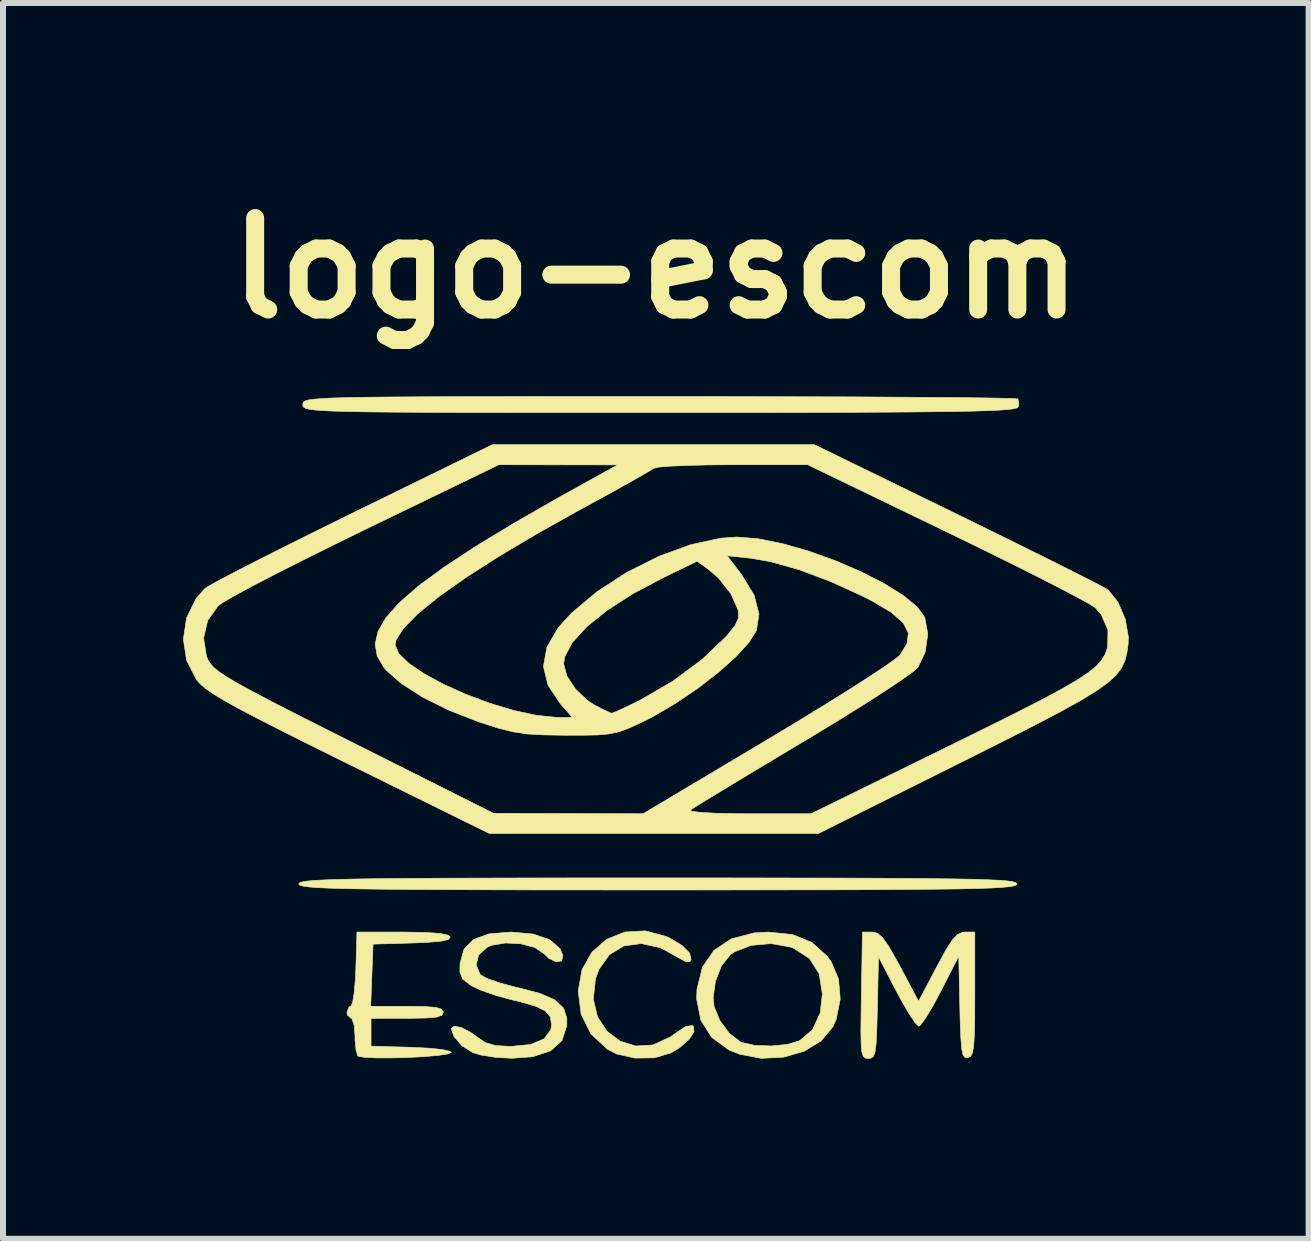
<source format=kicad_pcb>
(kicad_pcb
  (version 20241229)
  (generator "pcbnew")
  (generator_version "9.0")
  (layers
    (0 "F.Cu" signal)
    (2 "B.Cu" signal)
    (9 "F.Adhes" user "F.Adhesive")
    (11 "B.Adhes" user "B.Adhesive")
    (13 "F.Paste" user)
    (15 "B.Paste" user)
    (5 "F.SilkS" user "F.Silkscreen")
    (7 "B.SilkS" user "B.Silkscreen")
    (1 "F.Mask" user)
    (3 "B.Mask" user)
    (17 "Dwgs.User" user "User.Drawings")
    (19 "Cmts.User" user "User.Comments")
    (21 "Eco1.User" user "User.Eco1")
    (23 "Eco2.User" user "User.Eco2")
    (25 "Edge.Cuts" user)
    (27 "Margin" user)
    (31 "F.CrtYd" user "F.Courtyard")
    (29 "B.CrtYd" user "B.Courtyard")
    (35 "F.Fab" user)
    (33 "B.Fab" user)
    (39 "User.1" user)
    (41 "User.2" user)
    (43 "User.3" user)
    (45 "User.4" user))
  (footprint "logo-escom"
    (layer "F.Cu")
    (at 7.878 9.038)
    (property "Reference" "logo-escom" (at 0 -7.62 0) (layer "F.SilkS") (effects (font (size 1.524 1.524) (thickness 0.3))))
    (attr through_hole)
    (fp_poly (pts (xy 0.181 3.518) (xy 0.223 3.538) (xy 0.436 3.665) (xy 0.563 3.793) (xy 0.587 3.903) (xy 0.567 3.934) (xy 0.49 3.931) (xy 0.415 3.89) (xy 0.079 3.704) (xy -0.243 3.634) (xy -0.534 3.673) (xy -0.776 3.82) (xy -0.951 4.068) (xy -1.006 4.223) (xy -1.042 4.56) (xy -0.972 4.855) (xy -0.817 5.093) (xy -0.597 5.26) (xy -0.334 5.341) (xy -0.047 5.323) (xy 0.243 5.19) (xy 0.303 5.145) (xy 0.494 5.017) (xy 0.609 4.999) (xy 0.625 5.01) (xy 0.636 5.103) (xy 0.552 5.231) (xy 0.396 5.368) (xy 0.254 5.454) (xy -0.023 5.537) (xy -0.345 5.542) (xy -0.65 5.475) (xy -0.805 5.397) (xy -1.083 5.138) (xy -1.245 4.811) (xy -1.294 4.426) (xy -1.23 4.068) (xy -1.066 3.777) (xy -0.821 3.564) (xy -0.517 3.441) (xy -0.176 3.422) (xy 0.181 3.518)) (stroke (width 0.01) (type solid)) (fill yes) (layer "F.SilkS"))
    (fp_poly (pts (xy 2.279 3.484) (xy 2.6 3.615) (xy 2.854 3.845) (xy 2.924 3.94) (xy 3.044 4.226) (xy 3.072 4.56) (xy 3.006 4.892) (xy 2.953 5.014) (xy 2.756 5.254) (xy 2.471 5.427) (xy 2.128 5.527) (xy 1.758 5.546) (xy 1.393 5.477) (xy 1.217 5.406) (xy 0.93 5.196) (xy 0.749 4.909) (xy 0.679 4.556) (xy 0.68 4.539) (xy 0.955 4.539) (xy 0.97 4.681) (xy 1.066 4.918) (xy 1.227 5.133) (xy 1.412 5.274) (xy 1.43 5.282) (xy 1.648 5.33) (xy 1.924 5.34) (xy 2.195 5.313) (xy 2.395 5.253) (xy 2.611 5.068) (xy 2.739 4.788) (xy 2.774 4.473) (xy 2.721 4.138) (xy 2.561 3.884) (xy 2.297 3.712) (xy 2.233 3.689) (xy 1.915 3.634) (xy 1.589 3.664) (xy 1.308 3.772) (xy 1.243 3.817) (xy 1.094 4.003) (xy 0.992 4.263) (xy 0.955 4.539) (xy 0.68 4.539) (xy 0.685 4.395) (xy 0.776 4.028) (xy 0.969 3.747) (xy 1.258 3.555) (xy 1.638 3.456) (xy 1.872 3.442) (xy 2.279 3.484)) (stroke (width 0.01) (type solid)) (fill yes) (layer "F.SilkS"))
    (fp_poly (pts (xy -3.846 3.448) (xy -3.598 3.465) (xy -3.462 3.494) (xy -3.426 3.523) (xy -3.454 3.565) (xy -3.579 3.594) (xy -3.813 3.614) (xy -4.056 3.624) (xy -4.712 3.643) (xy -4.732 4.161) (xy -4.751 4.679) (xy -4.147 4.679) (xy -3.853 4.683) (xy -3.669 4.697) (xy -3.574 4.725) (xy -3.543 4.771) (xy -3.543 4.779) (xy -3.566 4.828) (xy -3.652 4.859) (xy -3.822 4.874) (xy -4.1 4.879) (xy -4.144 4.879) (xy -4.746 4.879) (xy -4.746 5.343) (xy -4.077 5.362) (xy -3.778 5.377) (xy -3.554 5.4) (xy -3.428 5.43) (xy -3.408 5.448) (xy -3.47 5.474) (xy -3.633 5.498) (xy -3.866 5.518) (xy -4.137 5.532) (xy -4.414 5.539) (xy -4.665 5.539) (xy -4.858 5.529) (xy -4.961 5.51) (xy -4.967 5.505) (xy -4.995 5.415) (xy -5.012 5.244) (xy -5.013 5.169) (xy -5.027 4.994) (xy -5.062 4.891) (xy -5.08 4.879) (xy -5.139 4.825) (xy -5.147 4.779) (xy -5.112 4.69) (xy -5.083 4.679) (xy -5.053 4.617) (xy -5.026 4.451) (xy -5.005 4.21) (xy -4.999 4.061) (xy -4.98 3.442) (xy -4.217 3.442) (xy -3.846 3.448)) (stroke (width 0.01) (type solid)) (fill yes) (layer "F.SilkS"))
    (fp_poly (pts (xy 3.689 3.461) (xy 3.775 3.532) (xy 3.877 3.675) (xy 4.013 3.912) (xy 4.071 4.019) (xy 4.377 4.596) (xy 4.681 4.019) (xy 4.83 3.746) (xy 4.939 3.574) (xy 5.028 3.481) (xy 5.111 3.445) (xy 5.149 3.442) (xy 5.314 3.442) (xy 5.314 4.478) (xy 5.313 4.873) (xy 5.307 5.155) (xy 5.295 5.343) (xy 5.275 5.455) (xy 5.245 5.513) (xy 5.201 5.534) (xy 5.199 5.535) (xy 5.151 5.532) (xy 5.118 5.488) (xy 5.095 5.382) (xy 5.081 5.194) (xy 5.07 4.904) (xy 5.065 4.7) (xy 5.047 3.843) (xy 4.748 4.428) (xy 4.614 4.677) (xy 4.496 4.873) (xy 4.41 4.99) (xy 4.38 5.012) (xy 4.322 4.956) (xy 4.221 4.806) (xy 4.094 4.588) (xy 4.011 4.433) (xy 3.71 3.855) (xy 3.691 4.701) (xy 3.682 5.051) (xy 3.671 5.288) (xy 3.653 5.435) (xy 3.625 5.513) (xy 3.583 5.543) (xy 3.539 5.548) (xy 3.489 5.542) (xy 3.454 5.511) (xy 3.431 5.436) (xy 3.42 5.298) (xy 3.416 5.077) (xy 3.42 4.753) (xy 3.424 4.495) (xy 3.442 3.442) (xy 3.603 3.442) (xy 3.689 3.461)) (stroke (width 0.01) (type solid)) (fill yes) (layer "F.SilkS"))
    (fp_poly (pts (xy 1.073 2.54) (xy 1.987 2.541) (xy 2.783 2.542) (xy 3.469 2.544) (xy 4.053 2.547) (xy 4.543 2.551) (xy 4.946 2.556) (xy 5.271 2.562) (xy 5.526 2.57) (xy 5.717 2.579) (xy 5.854 2.59) (xy 5.944 2.603) (xy 5.995 2.618) (xy 6.015 2.635) (xy 6.016 2.64) (xy 6.004 2.658) (xy 5.964 2.673) (xy 5.887 2.686) (xy 5.765 2.698) (xy 5.592 2.708) (xy 5.358 2.716) (xy 5.056 2.723) (xy 4.678 2.728) (xy 4.216 2.732) (xy 3.662 2.736) (xy 3.009 2.738) (xy 2.248 2.739) (xy 1.372 2.74) (xy 0.372 2.741) (xy 0.033 2.741) (xy -1.006 2.74) (xy -1.92 2.74) (xy -2.716 2.738) (xy -3.403 2.736) (xy -3.986 2.733) (xy -4.476 2.729) (xy -4.88 2.724) (xy -5.204 2.718) (xy -5.459 2.71) (xy -5.65 2.701) (xy -5.787 2.69) (xy -5.877 2.677) (xy -5.928 2.663) (xy -5.948 2.646) (xy -5.949 2.64) (xy -5.937 2.623) (xy -5.897 2.608) (xy -5.82 2.594) (xy -5.699 2.583) (xy -5.525 2.573) (xy -5.291 2.565) (xy -4.989 2.558) (xy -4.611 2.552) (xy -4.149 2.548) (xy -3.595 2.545) (xy -2.942 2.543) (xy -2.181 2.541) (xy -1.305 2.54) (xy -0.305 2.54) (xy 0.033 2.54) (xy 1.073 2.54)) (stroke (width 0.01) (type solid)) (fill yes) (layer "F.SilkS"))
    (fp_poly (pts (xy 0.935 -5.481) (xy 1.776 -5.479) (xy 2.569 -5.477) (xy 3.304 -5.475) (xy 3.972 -5.471) (xy 4.563 -5.467) (xy 5.068 -5.463) (xy 5.478 -5.458) (xy 5.781 -5.452) (xy 5.97 -5.447) (xy 6.033 -5.441) (xy 6.049 -5.352) (xy 6.037 -5.307) (xy 6.015 -5.291) (xy 5.957 -5.276) (xy 5.854 -5.264) (xy 5.7 -5.253) (xy 5.486 -5.244) (xy 5.205 -5.236) (xy 4.849 -5.23) (xy 4.411 -5.225) (xy 3.882 -5.221) (xy 3.255 -5.218) (xy 2.522 -5.216) (xy 1.675 -5.214) (xy 0.708 -5.214) (xy 0.06 -5.214) (xy -0.966 -5.214) (xy -1.867 -5.214) (xy -2.65 -5.215) (xy -3.324 -5.216) (xy -3.898 -5.218) (xy -4.378 -5.221) (xy -4.774 -5.225) (xy -5.094 -5.23) (xy -5.345 -5.237) (xy -5.536 -5.246) (xy -5.676 -5.256) (xy -5.771 -5.268) (xy -5.832 -5.283) (xy -5.865 -5.3) (xy -5.879 -5.32) (xy -5.882 -5.342) (xy -5.882 -5.347) (xy -5.88 -5.37) (xy -5.869 -5.391) (xy -5.841 -5.408) (xy -5.787 -5.424) (xy -5.699 -5.436) (xy -5.569 -5.447) (xy -5.389 -5.456) (xy -5.151 -5.463) (xy -4.846 -5.469) (xy -4.466 -5.473) (xy -4.004 -5.476) (xy -3.451 -5.479) (xy -2.798 -5.48) (xy -2.038 -5.481) (xy -1.162 -5.481) (xy -0.162 -5.481) (xy 0.056 -5.481) (xy 0.935 -5.481)) (stroke (width 0.01) (type solid)) (fill yes) (layer "F.SilkS"))
    (fp_poly (pts (xy -2.046 3.475) (xy -1.772 3.569) (xy -1.599 3.716) (xy -1.549 3.834) (xy -1.571 3.924) (xy -1.662 3.938) (xy -1.784 3.88) (xy -1.865 3.801) (xy -2.02 3.698) (xy -2.252 3.637) (xy -2.509 3.624) (xy -2.742 3.664) (xy -2.807 3.692) (xy -2.952 3.824) (xy -2.995 3.991) (xy -2.927 4.149) (xy -2.917 4.158) (xy -2.808 4.218) (xy -2.607 4.288) (xy -2.352 4.356) (xy -2.287 4.371) (xy -1.925 4.466) (xy -1.681 4.574) (xy -1.539 4.708) (xy -1.483 4.881) (xy -1.484 5) (xy -1.563 5.248) (xy -1.754 5.421) (xy -2.054 5.52) (xy -2.399 5.545) (xy -2.667 5.53) (xy -2.911 5.492) (xy -3.053 5.45) (xy -3.232 5.335) (xy -3.364 5.182) (xy -3.409 5.051) (xy -3.361 5.009) (xy -3.241 5.033) (xy -3.088 5.112) (xy -2.996 5.18) (xy -2.843 5.284) (xy -2.669 5.334) (xy -2.419 5.347) (xy -2.416 5.347) (xy -2.085 5.315) (xy -1.861 5.221) (xy -1.749 5.068) (xy -1.738 4.984) (xy -1.759 4.855) (xy -1.838 4.759) (xy -1.997 4.68) (xy -2.258 4.604) (xy -2.387 4.574) (xy -2.657 4.501) (xy -2.906 4.415) (xy -3.07 4.338) (xy -3.213 4.231) (xy -3.265 4.111) (xy -3.263 3.966) (xy -3.197 3.728) (xy -3.041 3.566) (xy -2.784 3.473) (xy -2.416 3.442) (xy -2.406 3.442) (xy -2.046 3.475)) (stroke (width 0.01) (type solid)) (fill yes) (layer "F.SilkS"))
    (fp_poly (pts (xy 2.64 -4.679) (xy 5.042 -3.508) (xy 5.57 -3.249) (xy 6.063 -3.006) (xy 6.507 -2.786) (xy 6.889 -2.595) (xy 7.194 -2.441) (xy 7.411 -2.329) (xy 7.524 -2.267) (xy 7.536 -2.259) (xy 7.701 -2.053) (xy 7.821 -1.772) (xy 7.873 -1.476) (xy 7.869 -1.353) (xy 7.848 -1.207) (xy 7.815 -1.077) (xy 7.758 -0.957) (xy 7.668 -0.838) (xy 7.532 -0.715) (xy 7.342 -0.578) (xy 7.087 -0.422) (xy 6.755 -0.237) (xy 6.337 -0.018) (xy 5.822 0.244) (xy 5.199 0.557) (xy 5.08 0.616) (xy 2.707 1.8) (xy -0.033 1.8) (xy -2.774 1.8) (xy -5.119 0.643) (xy -5.728 0.342) (xy -6.228 0.091) (xy -6.631 -0.114) (xy -6.949 -0.281) (xy -7.192 -0.416) (xy -7.373 -0.526) (xy -7.502 -0.616) (xy -7.593 -0.694) (xy -7.652 -0.761) (xy -7.818 -1.082) (xy -7.873 -1.437) (xy -7.87 -1.456) (xy -7.536 -1.456) (xy -7.488 -1.154) (xy -7.463 -1.096) (xy -7.427 -1.034) (xy -7.371 -0.971) (xy -7.283 -0.898) (xy -7.153 -0.811) (xy -6.968 -0.701) (xy -6.717 -0.564) (xy -6.389 -0.392) (xy -5.972 -0.178) (xy -5.454 0.084) (xy -5.031 0.296) (xy -2.707 1.463) (xy -1.46 1.467) (xy -0.213 1.471) (xy 1.859 0.236) (xy 2.342 -0.054) (xy 2.793 -0.33) (xy 3.198 -0.583) (xy 3.542 -0.803) (xy 3.813 -0.982) (xy 3.994 -1.111) (xy 4.071 -1.176) (xy 4.187 -1.368) (xy 4.207 -1.542) (xy 4.123 -1.708) (xy 3.929 -1.88) (xy 3.615 -2.068) (xy 3.442 -2.157) (xy 2.909 -2.4) (xy 2.391 -2.594) (xy 1.921 -2.728) (xy 1.587 -2.786) (xy 1.188 -2.828) (xy 1.427 -2.515) (xy 1.637 -2.172) (xy 1.718 -1.858) (xy 1.676 -1.585) (xy 1.555 -1.388) (xy 1.337 -1.149) (xy 1.045 -0.888) (xy 0.701 -0.621) (xy 0.327 -0.368) (xy -0.052 -0.146) (xy -0.241 -0.051) (xy -0.444 0.042) (xy -0.61 0.104) (xy -0.776 0.14) (xy -0.978 0.158) (xy -1.252 0.163) (xy -1.504 0.163) (xy -1.868 0.157) (xy -2.145 0.141) (xy -2.38 0.106) (xy -2.62 0.046) (xy -2.911 -0.047) (xy -2.963 -0.065) (xy -3.445 -0.253) (xy -3.878 -0.468) (xy -4.236 -0.696) (xy -4.493 -0.921) (xy -4.533 -0.969) (xy -4.643 -1.157) (xy -4.675 -1.343) (xy -4.345 -1.343) (xy -4.283 -1.197) (xy -4.112 -1.032) (xy -3.853 -0.857) (xy -3.528 -0.682) (xy -3.158 -0.516) (xy -2.763 -0.369) (xy -2.367 -0.25) (xy -1.989 -0.169) (xy -1.652 -0.135) (xy -1.614 -0.134) (xy -1.39 -0.134) (xy -1.591 -0.363) (xy -1.798 -0.673) (xy -1.873 -0.985) (xy -1.865 -1.028) (xy -1.537 -1.028) (xy -1.482 -0.823) (xy -1.338 -0.604) (xy -1.137 -0.414) (xy -1.022 -0.34) (xy -0.859 -0.257) (xy -0.752 -0.209) (xy -0.735 -0.204) (xy -0.664 -0.23) (xy -0.505 -0.303) (xy -0.29 -0.408) (xy -0.245 -0.431) (xy 0.281 -0.737) (xy 0.769 -1.099) (xy 1.173 -1.482) (xy 1.174 -1.484) (xy 1.319 -1.663) (xy 1.379 -1.797) (xy 1.371 -1.924) (xy 1.249 -2.198) (xy 1.04 -2.461) (xy 0.875 -2.602) (xy 0.687 -2.737) (xy 0.128 -2.466) (xy -0.381 -2.197) (xy -0.811 -1.92) (xy -1.151 -1.647) (xy -1.39 -1.386) (xy -1.518 -1.147) (xy -1.537 -1.028) (xy -1.865 -1.028) (xy -1.816 -1.302) (xy -1.627 -1.628) (xy -1.411 -1.867) (xy -0.979 -2.23) (xy -0.482 -2.552) (xy 0.048 -2.817) (xy 0.579 -3.012) (xy 1.082 -3.121) (xy 1.35 -3.14) (xy 1.706 -3.111) (xy 2.113 -3.029) (xy 2.55 -2.904) (xy 2.992 -2.745) (xy 3.417 -2.562) (xy 3.802 -2.366) (xy 4.123 -2.166) (xy 4.358 -1.971) (xy 4.48 -1.801) (xy 4.531 -1.522) (xy 4.486 -1.218) (xy 4.366 -0.968) (xy 4.28 -0.892) (xy 4.093 -0.758) (xy 3.821 -0.577) (xy 3.479 -0.357) (xy 3.082 -0.11) (xy 2.644 0.157) (xy 2.44 0.279) (xy 1.994 0.546) (xy 1.584 0.792) (xy 1.224 1.009) (xy 0.93 1.188) (xy 0.714 1.32) (xy 0.593 1.398) (xy 0.572 1.413) (xy 0.611 1.433) (xy 0.766 1.45) (xy 1.017 1.463) (xy 1.346 1.47) (xy 1.547 1.471) (xy 2.585 1.471) (xy 4.894 0.339) (xy 5.516 0.032) (xy 6.03 -0.224) (xy 6.444 -0.436) (xy 6.771 -0.612) (xy 7.022 -0.758) (xy 7.208 -0.882) (xy 7.34 -0.99) (xy 7.429 -1.09) (xy 7.486 -1.187) (xy 7.522 -1.29) (xy 7.528 -1.314) (xy 7.533 -1.59) (xy 7.421 -1.849) (xy 7.323 -1.961) (xy 7.229 -2.022) (xy 7.028 -2.133) (xy 6.735 -2.287) (xy 6.364 -2.477) (xy 5.929 -2.695) (xy 5.445 -2.934) (xy 4.926 -3.187) (xy 4.847 -3.225) (xy 2.529 -4.345) (xy 1.278 -4.345) (xy 0.88 -4.342) (xy 0.528 -4.333) (xy 0.243 -4.321) (xy 0.047 -4.305) (xy -0.037 -4.286) (xy -0.113 -4.237) (xy -0.288 -4.136) (xy -0.542 -3.993) (xy -0.855 -3.819) (xy -1.21 -3.626) (xy -1.237 -3.611) (xy -1.971 -3.201) (xy -2.617 -2.817) (xy -3.169 -2.463) (xy -3.621 -2.143) (xy -3.969 -1.86) (xy -4.206 -1.619) (xy -4.329 -1.424) (xy -4.345 -1.343) (xy -4.675 -1.343) (xy -4.677 -1.355) (xy -4.63 -1.565) (xy -4.498 -1.794) (xy -4.275 -2.045) (xy -3.956 -2.323) (xy -3.537 -2.632) (xy -3.013 -2.977) (xy -2.378 -3.362) (xy -1.628 -3.793) (xy -1.136 -4.066) (xy -0.635 -4.342) (xy -1.626 -4.343) (xy -2.616 -4.345) (xy -4.859 -3.259) (xy -5.375 -3.006) (xy -5.86 -2.765) (xy -6.298 -2.544) (xy -6.674 -2.349) (xy -6.975 -2.188) (xy -7.184 -2.07) (xy -7.288 -2.001) (xy -7.289 -2) (xy -7.467 -1.751) (xy -7.536 -1.456) (xy -7.87 -1.456) (xy -7.819 -1.794) (xy -7.66 -2.116) (xy -7.51 -2.285) (xy -7.424 -2.338) (xy -7.231 -2.443) (xy -6.946 -2.592) (xy -6.582 -2.778) (xy -6.153 -2.994) (xy -5.673 -3.233) (xy -5.156 -3.488) (xy -5.055 -3.538) (xy -2.723 -4.679) (xy 2.64 -4.679)) (stroke (width 0.01) (type solid)) (fill yes) (layer "F.SilkS")))
  (gr_rect
    (start -3 -3)
    (end 18.755 17.591)
    (stroke (width 0.1) (type default))
    (fill no)
    (layer "Edge.Cuts")))
</source>
